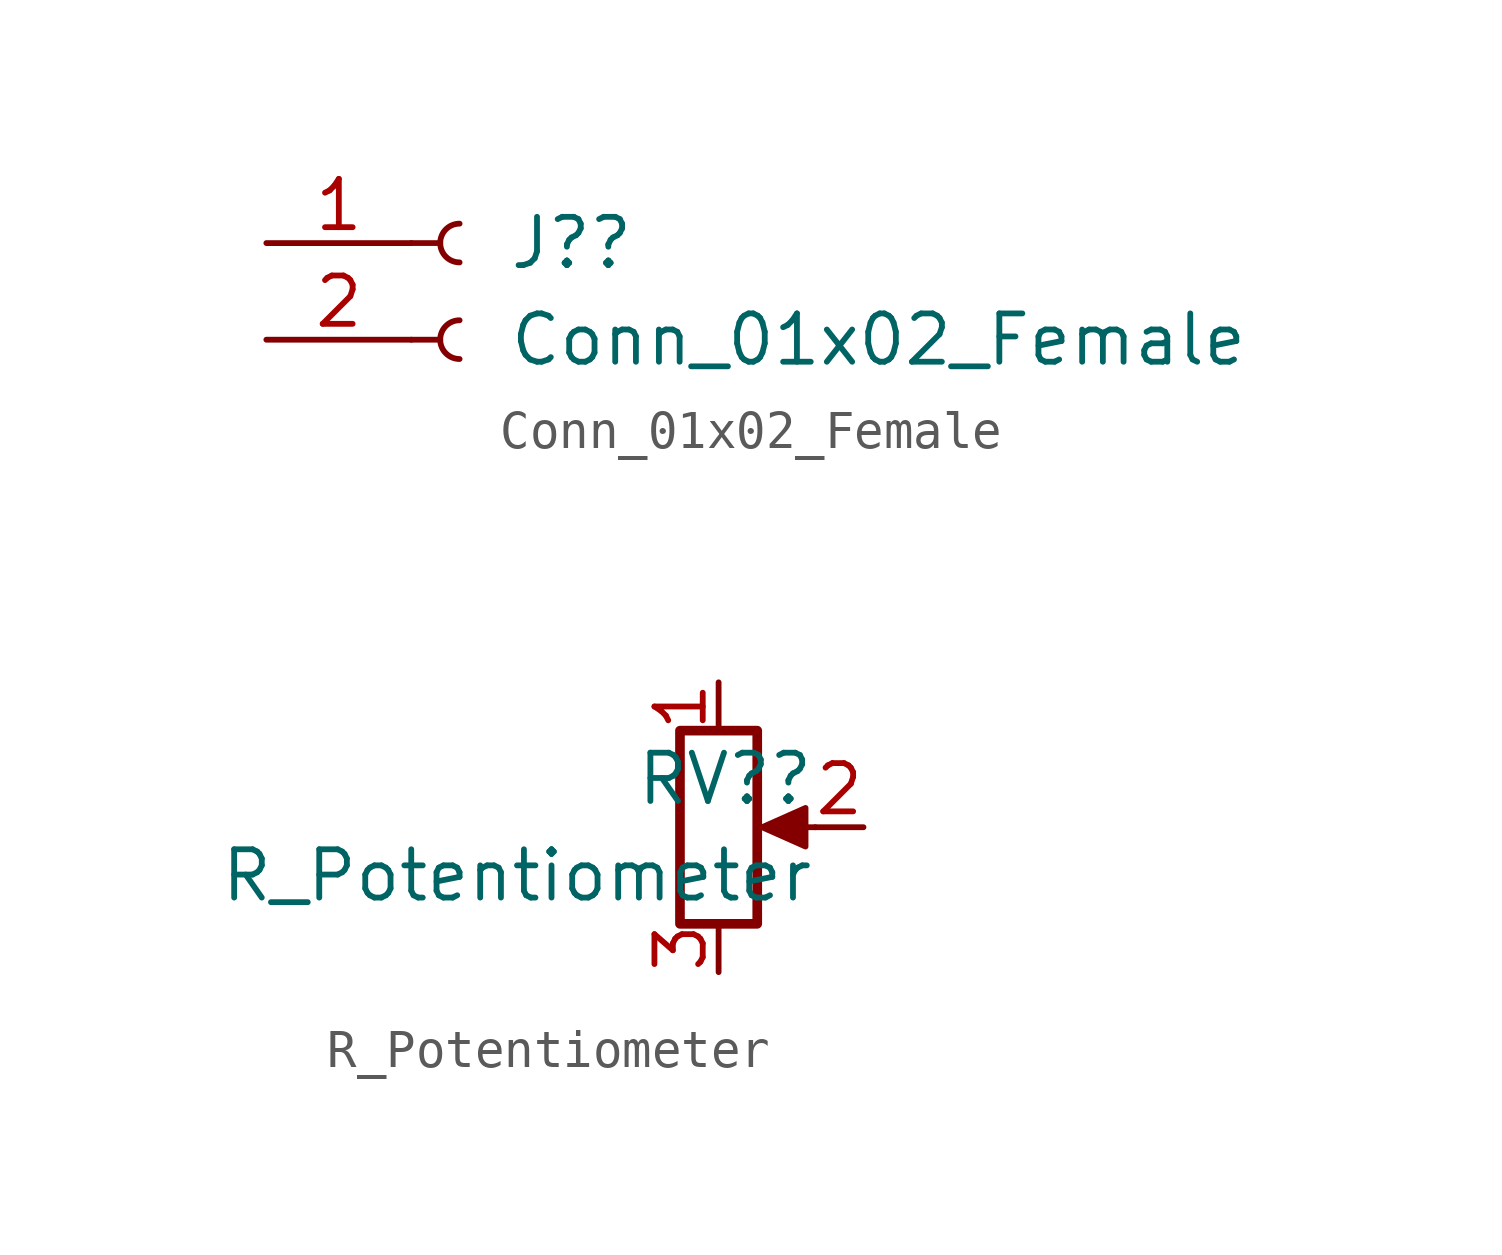
<source format=kicad_sym>
(kicad_symbol_lib
  (version 20211014)
  (generator kicad_symbol_editor)
  (symbol "Conn_01x02_Female"
    (pin_names
      (offset 1.016) hide)
    (property "Reference" "J?"
      (at 1.27 0.0001 0)
      (effects (font (size 1.27 1.27)) (justify left)))
    (property "Value" "Conn_01x02_Female"
      (at 1.27 -2.54 0)
      (effects (font (size 1.27 1.27)) (justify left)))
    (symbol "Conn_01x02_Female_1_1"
      (arc (start 0 -2.032) (mid -0.508 -2.54) (end 0 -3.048) (stroke (width 0.1524) (type default) (color 0 0 0 0)) (fill (type none)))
      (polyline (pts (xy -1.27 -2.54) (xy -0.508 -2.54)) (stroke (width 0.152) (type default) (color 0 0 0 0)) (fill (type none)))
      (polyline (pts (xy -1.27 0) (xy -0.508 0)) (stroke (width 0.152) (type default) (color 0 0 0 0)) (fill (type none)))
      (arc (start 0 0.508) (mid -0.508 0) (end 0 -0.508) (stroke (width 0.1524) (type default) (color 0 0 0 0)) (fill (type none)))
      (pin passive line (at -5.08 0 0) (length 3.81) (name "Pin_1" (effects (font (size 1.27 1.27)))) (number "1" (effects (font (size 1.27 1.27)))))
      (pin passive line (at -5.08 -2.54 0) (length 3.81) (name "Pin_2" (effects (font (size 1.27 1.27)))) (number "2" (effects (font (size 1.27 1.27)))))))
  (symbol "R_Potentiometer"
    (pin_names
      (offset 1.016) hide)
    (property "Reference" "RV?"
      (at 2.54 1.27 0)
      (effects (font (size 1.27 1.27)) (justify right)))
    (property "Value" "R_Potentiometer"
      (at 2.54 -1.27 0)
      (effects (font (size 1.27 1.27)) (justify right)))
    (symbol "R_Potentiometer_0_1"
      (polyline (pts (xy 2.54 0) (xy 1.524 0)) (stroke (width 0) (type default) (color 0 0 0 0)) (fill (type none)))
      (polyline (pts (xy 1.143 0) (xy 2.286 0.508) (xy 2.286 -0.508) (xy 1.143 0)) (stroke (width 0) (type default) (color 0 0 0 0)) (fill (type outline)))
      (rectangle (start 1.016 2.54) (end -1.016 -2.54) (stroke (width 0.254) (type default) (color 0 0 0 0)) (fill (type none))))
    (symbol "R_Potentiometer_1_1"
      (pin passive line (at 0 3.81 270) (length 1.27) (name "1" (effects (font (size 1.27 1.27)))) (number "1" (effects (font (size 1.27 1.27)))))
      (pin passive line (at 3.81 0 180) (length 1.27) (name "2" (effects (font (size 1.27 1.27)))) (number "2" (effects (font (size 1.27 1.27)))))
      (pin passive line (at 0 -3.81 90) (length 1.27) (name "3" (effects (font (size 1.27 1.27)))) (number "3" (effects (font (size 1.27 1.27))))))))
</source>
